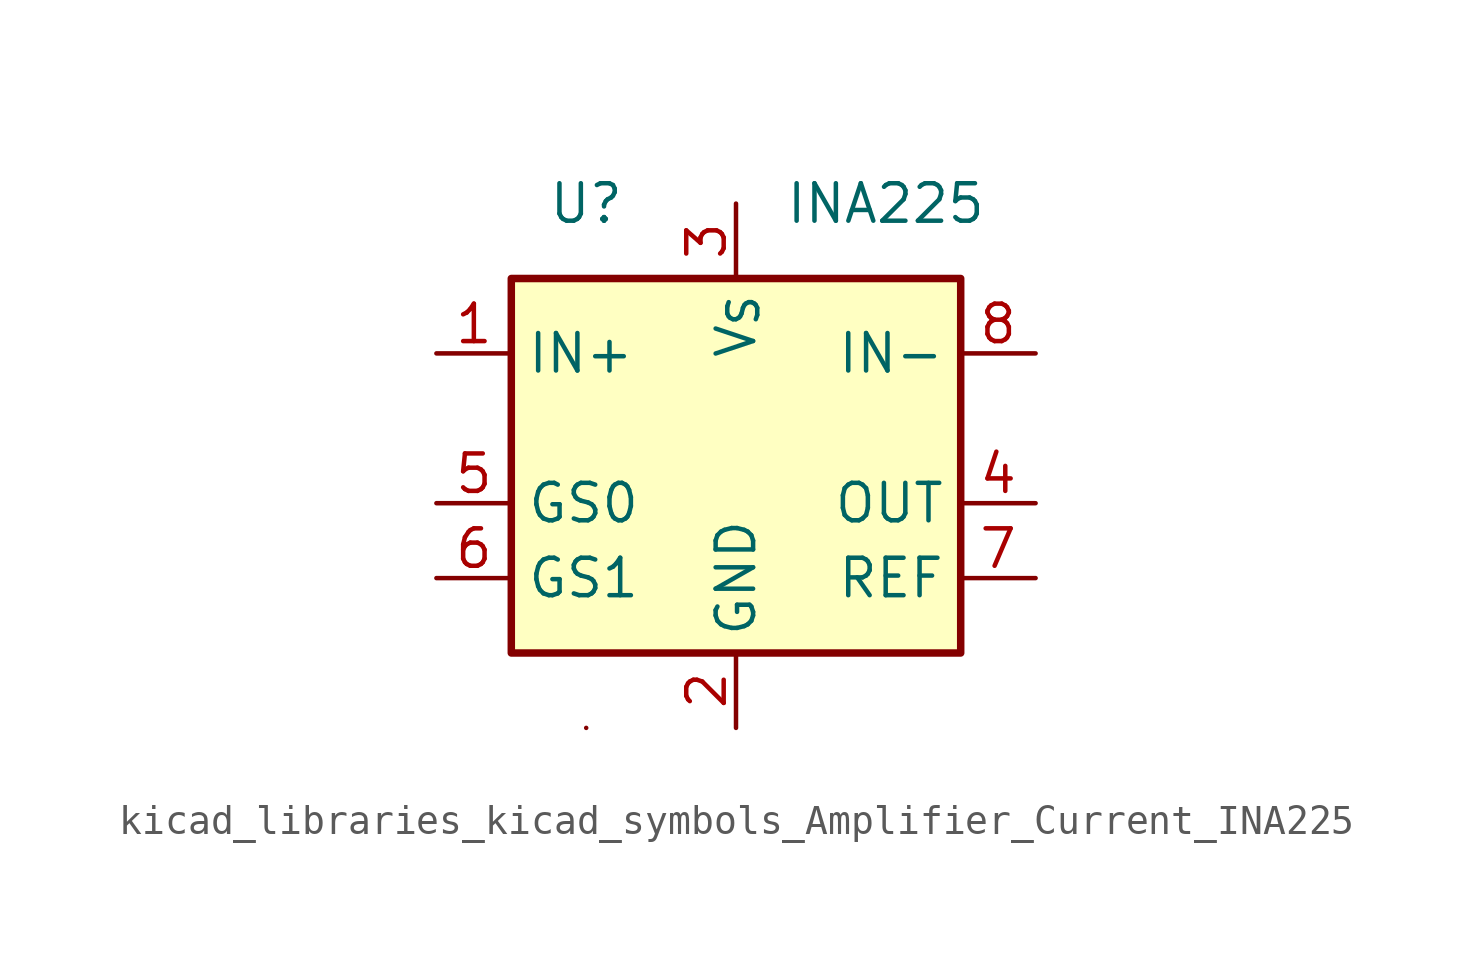
<source format=kicad_sym>
(kicad_symbol_lib
  (version 20220914)
  (generator kicad_symbol_editor)
  (symbol "kicad_libraries_kicad_symbols_Amplifier_Current_INA225"
    (property "Reference" "U"
      (at -5.08 7.62 0)
      (effects (font (size 1.27 1.27))))
    (property "Value" "INA225"
      (at 5.08 7.62 0)
      (effects (font (size 1.27 1.27))))
    (symbol "kicad_libraries_kicad_symbols_Amplifier_Current_INA225_0_0"
      (text "" (at -10.16 -5.08 0) (effects (font (size 1.27 1.27)))))
    (symbol "kicad_libraries_kicad_symbols_Amplifier_Current_INA225_0_1"
      (rectangle (start -7.62 5.08) (end 7.62 -7.62) (stroke (width 0.254) (type default)) (fill (type background)))
      (rectangle (start -5.08 -10.16) (end -5.08 -10.16) (stroke (width 0) (type default)) (fill (type none))))
    (symbol "kicad_libraries_kicad_symbols_Amplifier_Current_INA225_1_1"
      (pin passive line (at -10.16 2.54 0) (length 2.54) (name "IN+" (effects (font (size 1.27 1.27)))) (number "1" (effects (font (size 1.27 1.27)))))
      (pin power_in line (at 0 -10.16 90) (length 2.54) (name "GND" (effects (font (size 1.27 1.27)))) (number "2" (effects (font (size 1.27 1.27)))))
      (pin power_in line (at 0 7.62 270) (length 2.54) (name "V_{S}" (effects (font (size 1.27 1.27)))) (number "3" (effects (font (size 1.27 1.27)))))
      (pin output line (at 10.16 -2.54 180) (length 2.54) (name "OUT" (effects (font (size 1.27 1.27)))) (number "4" (effects (font (size 1.27 1.27)))))
      (pin input line (at -10.16 -2.54 0) (length 2.54) (name "GS0" (effects (font (size 1.27 1.27)))) (number "5" (effects (font (size 1.27 1.27)))))
      (pin input line (at -10.16 -5.08 0) (length 2.54) (name "GS1" (effects (font (size 1.27 1.27)))) (number "6" (effects (font (size 1.27 1.27)))))
      (pin passive line (at 10.16 -5.08 180) (length 2.54) (name "REF" (effects (font (size 1.27 1.27)))) (number "7" (effects (font (size 1.27 1.27)))))
      (pin passive line (at 10.16 2.54 180) (length 2.54) (name "IN-" (effects (font (size 1.27 1.27)))) (number "8" (effects (font (size 1.27 1.27))))))))
</source>
